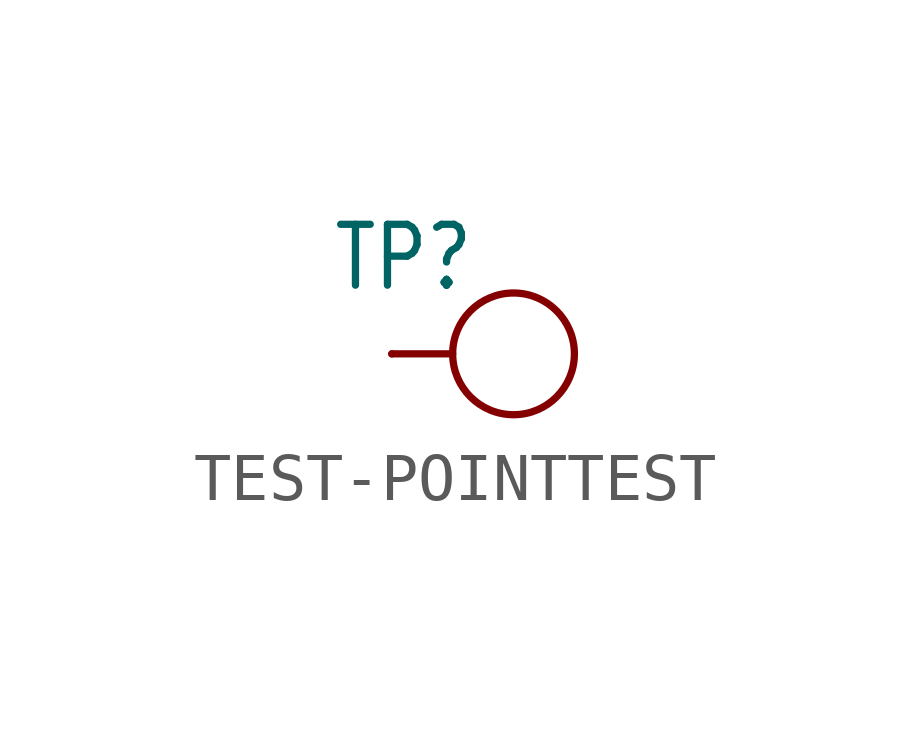
<source format=kicad_sym>
(kicad_symbol_lib
  (version 20211014)
  (generator kicad_symbol_editor)
  (symbol "TEST-POINTTEST"
    (property "Reference" "TP"
      (at -3.81 1.27 0)
      (effects (font (size 1.27 1.079)) (justify left bottom)))
    (property "ki_locked" ""
      (at 0 0 0)
      (effects (font (size 1.27 1.27))))
    (symbol "TEST-POINTTEST_1_0"
      (polyline (pts (xy -2.54 0) (xy -1.27 0)) (stroke (width 0.152) (type default) (color 0 0 0 0)) (fill (type none)))
      (circle (center 0 0) (radius 1.27) (stroke (width 0.152) (type default) (color 0 0 0 0)) (fill (type none)))
      (pin bidirectional line (at -2.54 0 0) (length 0) (name "T" (effects (font (size 0 0)))) (number "1" (effects (font (size 0 0))))))))
</source>
